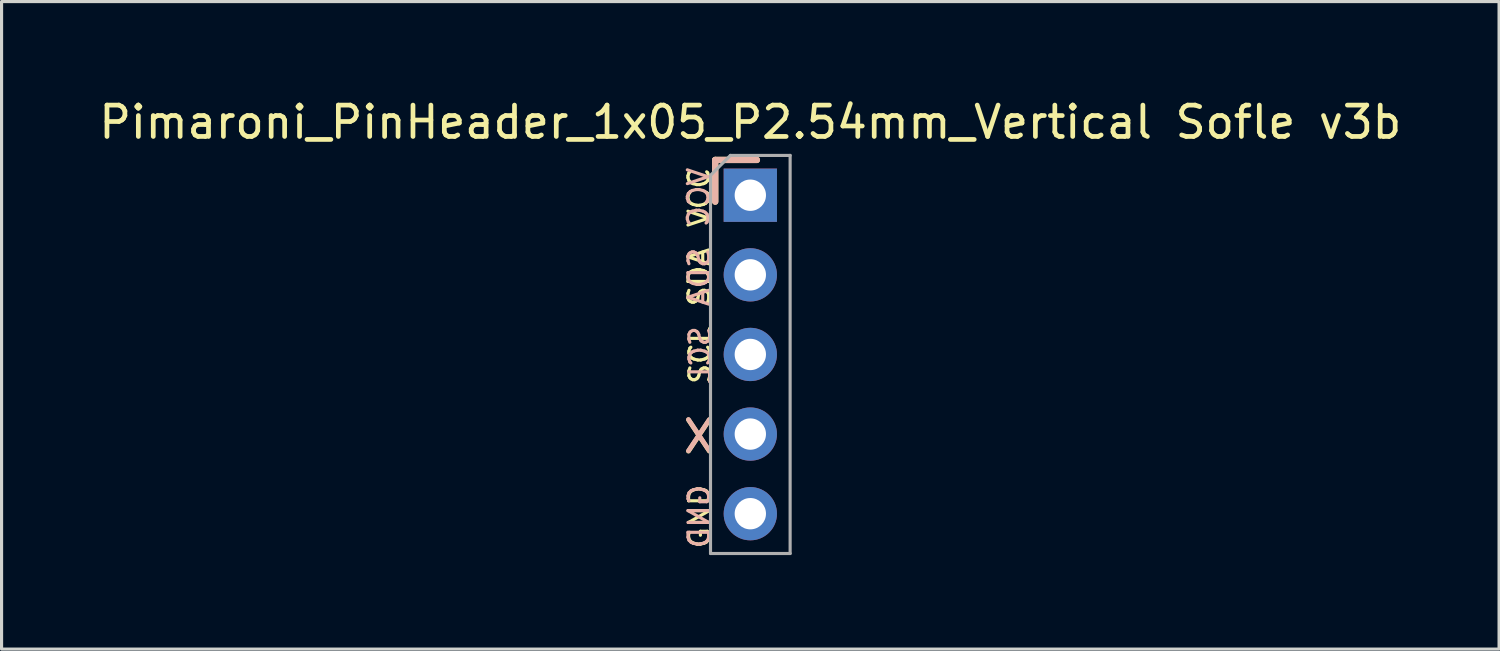
<source format=kicad_pcb>
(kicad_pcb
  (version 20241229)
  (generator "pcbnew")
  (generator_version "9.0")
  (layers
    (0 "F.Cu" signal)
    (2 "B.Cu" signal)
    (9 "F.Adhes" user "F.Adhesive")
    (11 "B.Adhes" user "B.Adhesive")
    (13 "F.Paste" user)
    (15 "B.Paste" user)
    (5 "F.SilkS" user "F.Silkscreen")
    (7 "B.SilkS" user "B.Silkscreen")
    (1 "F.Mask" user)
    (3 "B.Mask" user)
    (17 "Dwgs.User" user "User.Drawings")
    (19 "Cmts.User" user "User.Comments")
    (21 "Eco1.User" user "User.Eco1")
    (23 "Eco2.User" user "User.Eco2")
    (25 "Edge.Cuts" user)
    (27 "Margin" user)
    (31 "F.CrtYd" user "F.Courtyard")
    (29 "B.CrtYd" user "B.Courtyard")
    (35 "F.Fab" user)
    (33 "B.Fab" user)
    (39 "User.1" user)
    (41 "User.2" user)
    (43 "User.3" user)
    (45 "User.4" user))
  (footprint "Pimaroni_PinHeader_1x05_P2.54mm_Vertical Sofle v3b"
    (layer "F.Cu")
    (at 20.887 3.178)
    (property "Reference" "Pimaroni_PinHeader_1x05_P2.54mm_Vertical Sofle v3b" (at 0 -2.33 0) (layer "F.SilkS") (effects (font (size 1 1) (thickness 0.15))))
    (attr through_hole exclude_from_pos_files exclude_from_bom)
    (fp_line (start -1.12 -1.125) (end 0.21 -1.125) (stroke (width 0.2) (type solid)) (layer "F.SilkS"))
    (fp_line (start -1.12 0.205) (end -1.12 -1.125) (stroke (width 0.2) (type solid)) (layer "F.SilkS"))
    (fp_line (start -1.12 -1.125) (end -1.12 0.205) (stroke (width 0.2) (type solid)) (layer "B.SilkS"))
    (fp_line (start 0.21 -1.125) (end -1.12 -1.125) (stroke (width 0.2) (type solid)) (layer "B.SilkS"))
    (fp_line (start -1.27 -0.635) (end -0.635 -1.27) (stroke (width 0.1) (type solid)) (layer "F.Fab"))
    (fp_line (start -1.27 11.43) (end -1.27 -0.635) (stroke (width 0.1) (type solid)) (layer "F.Fab"))
    (fp_line (start -0.635 -1.27) (end 1.27 -1.27) (stroke (width 0.1) (type solid)) (layer "F.Fab"))
    (fp_line (start 1.27 -1.27) (end 1.27 11.43) (stroke (width 0.1) (type solid)) (layer "F.Fab"))
    (fp_line (start 1.27 11.43) (end -1.27 11.43) (stroke (width 0.1) (type solid)) (layer "F.Fab"))
    (fp_text user "X" (at -1.64 7.71 0) (layer "F.SilkS") (effects (font (size 1 1) (thickness 0.15))))
    (fp_text user "SCL" (at -1.6 5.1 90) (layer "F.SilkS") (effects (font (size 0.66 0.66) (thickness 0.1))))
    (fp_text user "SDA" (at -1.63 2.61 90) (layer "F.SilkS") (effects (font (size 0.66 0.66) (thickness 0.1))))
    (fp_text user "VCC" (at -1.63 0.07 90) (layer "F.SilkS") (effects (font (size 0.66 0.66) (thickness 0.1))))
    (fp_text user "GND" (at -1.61 10.25 90) (layer "F.SilkS") (effects (font (size 0.66 0.66) (thickness 0.1))))
    (fp_text user "GND" (at -1.63 10.25 90) (layer "B.SilkS") (effects (font (size 0.66 0.66) (thickness 0.1)) (justify mirror)))
    (fp_text user "X" (at -1.64 7.7 0) (layer "B.SilkS") (effects (font (size 1 1) (thickness 0.15)) (justify mirror)))
    (fp_text user "VCC" (at -1.65 0.07 90) (layer "B.SilkS") (effects (font (size 0.66 0.66) (thickness 0.1)) (justify mirror)))
    (fp_text user "SCL" (at -1.6 5.1 90) (layer "B.SilkS") (effects (font (size 0.66 0.66) (thickness 0.1)) (justify mirror)))
    (fp_text user "SDA" (at -1.63 2.61 90) (layer "B.SilkS") (effects (font (size 0.66 0.66) (thickness 0.1)) (justify mirror)))
    (pad "1" thru_hole rect (at 0 0) (size 1.7 1.7) (drill 1) (layers "*.Cu" "*.Mask"))
    (pad "2" thru_hole oval (at 0 2.54) (size 1.7 1.7) (drill 1) (layers "*.Cu" "*.Mask"))
    (pad "3" thru_hole oval (at 0 5.08) (size 1.7 1.7) (drill 1) (layers "*.Cu" "*.Mask"))
    (pad "4" thru_hole oval (at 0 7.62) (size 1.7 1.7) (drill 1) (layers "*.Cu"))
    (pad "5" thru_hole oval (at 0 10.16) (size 1.7 1.7) (drill 1) (layers "*.Cu" "*.Mask")))
  (gr_rect
    (start -3 -3)
    (end 44.774 17.658)
    (stroke (width 0.1) (type default))
    (fill no)
    (layer "Edge.Cuts")))
</source>
